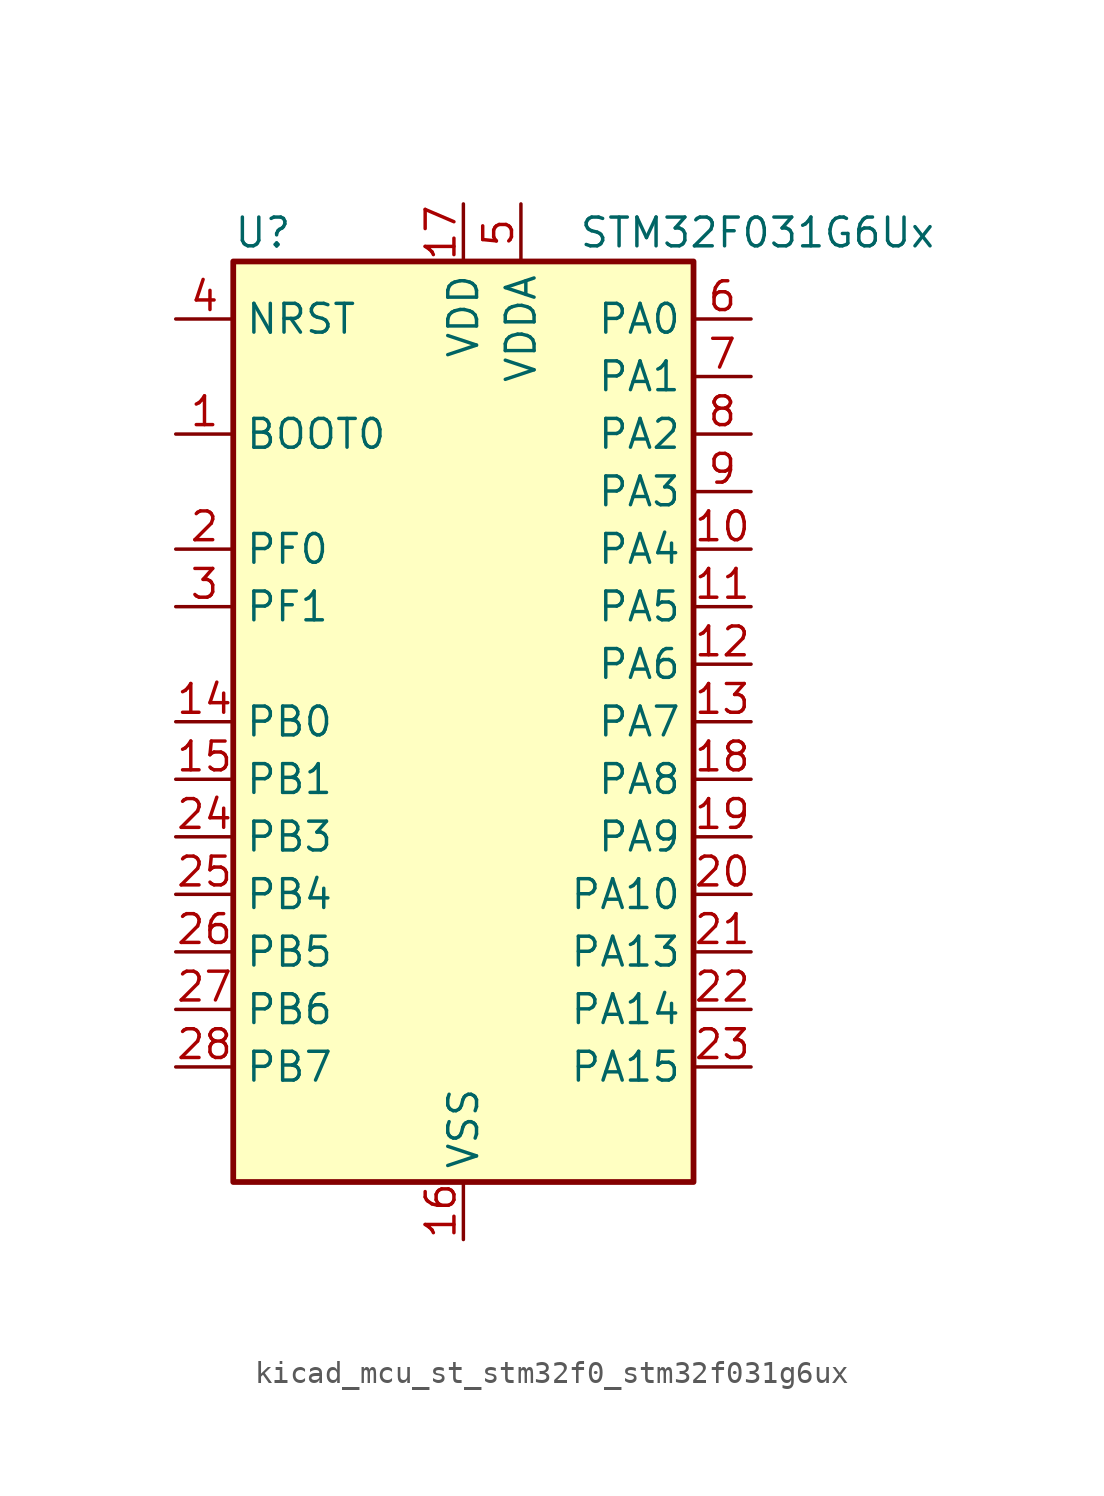
<source format=kicad_sym>
(kicad_symbol_lib
  (version 20220914)
  (generator kicad_symbol_editor)
  (symbol "kicad_mcu_st_stm32f0_stm32f031g6ux"
    (property "Reference" "U"
      (at -10.16 21.59 0)
      (effects (font (size 1.27 1.27)) (justify left)))
    (property "Value" "STM32F031G6Ux"
      (at 5.08 21.59 0)
      (effects (font (size 1.27 1.27)) (justify left)))
    (property "ki_locked" ""
      (at 0 0 0)
      (effects (font (size 1.27 1.27))))
    (symbol "kicad_mcu_st_stm32f0_stm32f031g6ux_0_1"
      (rectangle (start -10.16 -20.32) (end 10.16 20.32) (stroke (width 0.254) (type default)) (fill (type background))))
    (symbol "kicad_mcu_st_stm32f0_stm32f031g6ux_1_1"
      (pin input line (at -12.7 12.7 0) (length 2.54) (name "BOOT0" (effects (font (size 1.27 1.27)))) (number "1" (effects (font (size 1.27 1.27)))))
      (pin bidirectional line (at 12.7 7.62 180) (length 2.54) (name "PA4" (effects (font (size 1.27 1.27)))) (number "10" (effects (font (size 1.27 1.27)))) (alternate "ADC_IN4" bidirectional line) (alternate "I2S1_WS" bidirectional line) (alternate "SPI1_NSS" bidirectional line) (alternate "TIM14_CH1" bidirectional line) (alternate "USART1_CK" bidirectional line))
      (pin bidirectional line (at 12.7 5.08 180) (length 2.54) (name "PA5" (effects (font (size 1.27 1.27)))) (number "11" (effects (font (size 1.27 1.27)))) (alternate "ADC_IN5" bidirectional line) (alternate "I2S1_CK" bidirectional line) (alternate "SPI1_SCK" bidirectional line) (alternate "TIM2_CH1" bidirectional line) (alternate "TIM2_ETR" bidirectional line))
      (pin bidirectional line (at 12.7 2.54 180) (length 2.54) (name "PA6" (effects (font (size 1.27 1.27)))) (number "12" (effects (font (size 1.27 1.27)))) (alternate "ADC_IN6" bidirectional line) (alternate "I2S1_MCK" bidirectional line) (alternate "SPI1_MISO" bidirectional line) (alternate "TIM16_CH1" bidirectional line) (alternate "TIM1_BKIN" bidirectional line) (alternate "TIM3_CH1" bidirectional line))
      (pin bidirectional line (at 12.7 0 180) (length 2.54) (name "PA7" (effects (font (size 1.27 1.27)))) (number "13" (effects (font (size 1.27 1.27)))) (alternate "ADC_IN7" bidirectional line) (alternate "I2S1_SD" bidirectional line) (alternate "SPI1_MOSI" bidirectional line) (alternate "TIM14_CH1" bidirectional line) (alternate "TIM17_CH1" bidirectional line) (alternate "TIM1_CH1N" bidirectional line) (alternate "TIM3_CH2" bidirectional line))
      (pin bidirectional line (at -12.7 0 0) (length 2.54) (name "PB0" (effects (font (size 1.27 1.27)))) (number "14" (effects (font (size 1.27 1.27)))) (alternate "ADC_IN8" bidirectional line) (alternate "TIM1_CH2N" bidirectional line) (alternate "TIM3_CH3" bidirectional line))
      (pin bidirectional line (at -12.7 -2.54 0) (length 2.54) (name "PB1" (effects (font (size 1.27 1.27)))) (number "15" (effects (font (size 1.27 1.27)))) (alternate "ADC_IN9" bidirectional line) (alternate "TIM14_CH1" bidirectional line) (alternate "TIM1_CH3N" bidirectional line) (alternate "TIM3_CH4" bidirectional line))
      (pin power_in line (at 0 -22.86 90) (length 2.54) (name "VSS" (effects (font (size 1.27 1.27)))) (number "16" (effects (font (size 1.27 1.27)))))
      (pin power_in line (at 0 22.86 270) (length 2.54) (name "VDD" (effects (font (size 1.27 1.27)))) (number "17" (effects (font (size 1.27 1.27)))))
      (pin bidirectional line (at 12.7 -2.54 180) (length 2.54) (name "PA8" (effects (font (size 1.27 1.27)))) (number "18" (effects (font (size 1.27 1.27)))) (alternate "RCC_MCO" bidirectional line) (alternate "TIM1_CH1" bidirectional line) (alternate "USART1_CK" bidirectional line))
      (pin bidirectional line (at 12.7 -5.08 180) (length 2.54) (name "PA9" (effects (font (size 1.27 1.27)))) (number "19" (effects (font (size 1.27 1.27)))) (alternate "I2C1_SCL" bidirectional line) (alternate "TIM1_CH2" bidirectional line) (alternate "USART1_TX" bidirectional line))
      (pin bidirectional line (at -12.7 7.62 0) (length 2.54) (name "PF0" (effects (font (size 1.27 1.27)))) (number "2" (effects (font (size 1.27 1.27)))) (alternate "RCC_OSC_IN" bidirectional line))
      (pin bidirectional line (at 12.7 -7.62 180) (length 2.54) (name "PA10" (effects (font (size 1.27 1.27)))) (number "20" (effects (font (size 1.27 1.27)))) (alternate "I2C1_SDA" bidirectional line) (alternate "TIM17_BKIN" bidirectional line) (alternate "TIM1_CH3" bidirectional line) (alternate "USART1_RX" bidirectional line))
      (pin bidirectional line (at 12.7 -10.16 180) (length 2.54) (name "PA13" (effects (font (size 1.27 1.27)))) (number "21" (effects (font (size 1.27 1.27)))) (alternate "IR_OUT" bidirectional line) (alternate "SYS_SWDIO" bidirectional line))
      (pin bidirectional line (at 12.7 -12.7 180) (length 2.54) (name "PA14" (effects (font (size 1.27 1.27)))) (number "22" (effects (font (size 1.27 1.27)))) (alternate "SYS_SWCLK" bidirectional line) (alternate "USART1_TX" bidirectional line))
      (pin bidirectional line (at 12.7 -15.24 180) (length 2.54) (name "PA15" (effects (font (size 1.27 1.27)))) (number "23" (effects (font (size 1.27 1.27)))) (alternate "I2S1_WS" bidirectional line) (alternate "SPI1_NSS" bidirectional line) (alternate "TIM2_CH1" bidirectional line) (alternate "TIM2_ETR" bidirectional line) (alternate "USART1_RX" bidirectional line))
      (pin bidirectional line (at -12.7 -5.08 0) (length 2.54) (name "PB3" (effects (font (size 1.27 1.27)))) (number "24" (effects (font (size 1.27 1.27)))) (alternate "I2S1_CK" bidirectional line) (alternate "SPI1_SCK" bidirectional line) (alternate "TIM2_CH2" bidirectional line))
      (pin bidirectional line (at -12.7 -7.62 0) (length 2.54) (name "PB4" (effects (font (size 1.27 1.27)))) (number "25" (effects (font (size 1.27 1.27)))) (alternate "I2S1_MCK" bidirectional line) (alternate "SPI1_MISO" bidirectional line) (alternate "TIM3_CH1" bidirectional line))
      (pin bidirectional line (at -12.7 -10.16 0) (length 2.54) (name "PB5" (effects (font (size 1.27 1.27)))) (number "26" (effects (font (size 1.27 1.27)))) (alternate "I2C1_SMBA" bidirectional line) (alternate "I2S1_SD" bidirectional line) (alternate "SPI1_MOSI" bidirectional line) (alternate "TIM16_BKIN" bidirectional line) (alternate "TIM3_CH2" bidirectional line))
      (pin bidirectional line (at -12.7 -12.7 0) (length 2.54) (name "PB6" (effects (font (size 1.27 1.27)))) (number "27" (effects (font (size 1.27 1.27)))) (alternate "I2C1_SCL" bidirectional line) (alternate "TIM16_CH1N" bidirectional line) (alternate "USART1_TX" bidirectional line))
      (pin bidirectional line (at -12.7 -15.24 0) (length 2.54) (name "PB7" (effects (font (size 1.27 1.27)))) (number "28" (effects (font (size 1.27 1.27)))) (alternate "I2C1_SDA" bidirectional line) (alternate "TIM17_CH1N" bidirectional line) (alternate "USART1_RX" bidirectional line))
      (pin bidirectional line (at -12.7 5.08 0) (length 2.54) (name "PF1" (effects (font (size 1.27 1.27)))) (number "3" (effects (font (size 1.27 1.27)))) (alternate "RCC_OSC_OUT" bidirectional line))
      (pin input line (at -12.7 17.78 0) (length 2.54) (name "NRST" (effects (font (size 1.27 1.27)))) (number "4" (effects (font (size 1.27 1.27)))))
      (pin power_in line (at 2.54 22.86 270) (length 2.54) (name "VDDA" (effects (font (size 1.27 1.27)))) (number "5" (effects (font (size 1.27 1.27)))))
      (pin bidirectional line (at 12.7 17.78 180) (length 2.54) (name "PA0" (effects (font (size 1.27 1.27)))) (number "6" (effects (font (size 1.27 1.27)))) (alternate "ADC_IN0" bidirectional line) (alternate "RTC_TAMP2" bidirectional line) (alternate "SYS_WKUP1" bidirectional line) (alternate "TIM2_CH1" bidirectional line) (alternate "TIM2_ETR" bidirectional line) (alternate "USART1_CTS" bidirectional line))
      (pin bidirectional line (at 12.7 15.24 180) (length 2.54) (name "PA1" (effects (font (size 1.27 1.27)))) (number "7" (effects (font (size 1.27 1.27)))) (alternate "ADC_IN1" bidirectional line) (alternate "TIM2_CH2" bidirectional line) (alternate "USART1_DE" bidirectional line) (alternate "USART1_RTS" bidirectional line))
      (pin bidirectional line (at 12.7 12.7 180) (length 2.54) (name "PA2" (effects (font (size 1.27 1.27)))) (number "8" (effects (font (size 1.27 1.27)))) (alternate "ADC_IN2" bidirectional line) (alternate "TIM2_CH3" bidirectional line) (alternate "USART1_TX" bidirectional line))
      (pin bidirectional line (at 12.7 10.16 180) (length 2.54) (name "PA3" (effects (font (size 1.27 1.27)))) (number "9" (effects (font (size 1.27 1.27)))) (alternate "ADC_IN3" bidirectional line) (alternate "TIM2_CH4" bidirectional line) (alternate "USART1_RX" bidirectional line)))))
</source>
